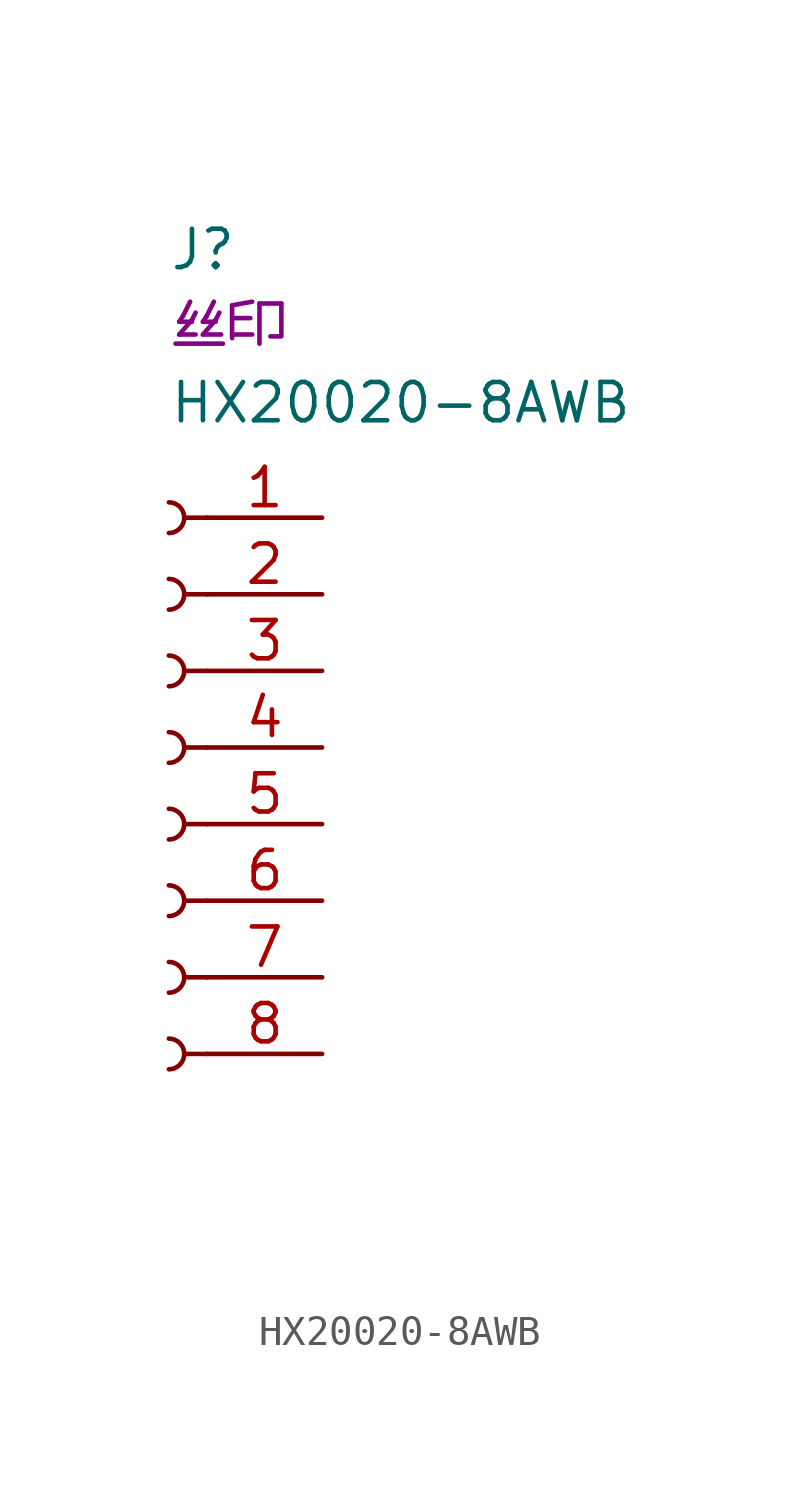
<source format=kicad_sym>
(kicad_symbol_lib
  (version 20220914)
  (generator kicad_symbol_editor)
  (symbol "HX20020-8AWB"
    (pin_names
      (offset 1.016) hide)
    (property "Reference" "J"
      (at 0 16.51 0)
      (effects (font (size 1.27 1.27)) (justify left)))
    (property "Value" "HX20020-8AWB"
      (at 0 11.43 0)
      (effects (font (size 1.27 1.27)) (justify left)))
    (property "丝印" "丝印"
      (at 0 13.97 0)
      (do_not_autoplace)
      (effects (font (size 1.27 1.27)) (justify left)))
    (symbol "HX20020-8AWB_1_1"
      (arc (start 0 -10.668) (mid 0.5058 -10.16) (end 0 -9.652) (stroke (width 0.1524) (type default)) (fill (type none)))
      (arc (start 0 -8.128) (mid 0.5058 -7.62) (end 0 -7.112) (stroke (width 0.1524) (type default)) (fill (type none)))
      (arc (start 0 -5.588) (mid 0.5058 -5.08) (end 0 -4.572) (stroke (width 0.1524) (type default)) (fill (type none)))
      (arc (start 0 -3.048) (mid 0.5058 -2.54) (end 0 -2.032) (stroke (width 0.1524) (type default)) (fill (type none)))
      (arc (start 0 -0.508) (mid 0.5058 0) (end 0 0.508) (stroke (width 0.1524) (type default)) (fill (type none)))
      (polyline (pts (xy 1.27 -10.16) (xy 0.508 -10.16)) (stroke (width 0.152) (type default)) (fill (type none)))
      (polyline (pts (xy 1.27 -7.62) (xy 0.508 -7.62)) (stroke (width 0.152) (type default)) (fill (type none)))
      (polyline (pts (xy 1.27 -5.08) (xy 0.508 -5.08)) (stroke (width 0.152) (type default)) (fill (type none)))
      (polyline (pts (xy 1.27 -2.54) (xy 0.508 -2.54)) (stroke (width 0.152) (type default)) (fill (type none)))
      (polyline (pts (xy 1.27 0) (xy 0.508 0)) (stroke (width 0.152) (type default)) (fill (type none)))
      (polyline (pts (xy 1.27 2.54) (xy 0.508 2.54)) (stroke (width 0.152) (type default)) (fill (type none)))
      (polyline (pts (xy 1.27 5.08) (xy 0.508 5.08)) (stroke (width 0.152) (type default)) (fill (type none)))
      (polyline (pts (xy 1.27 7.62) (xy 0.508 7.62)) (stroke (width 0.152) (type default)) (fill (type none)))
      (arc (start 0 2.032) (mid 0.5058 2.54) (end 0 3.048) (stroke (width 0.1524) (type default)) (fill (type none)))
      (arc (start 0 4.572) (mid 0.5058 5.08) (end 0 5.588) (stroke (width 0.1524) (type default)) (fill (type none)))
      (arc (start 0 7.112) (mid 0.5058 7.62) (end 0 8.128) (stroke (width 0.1524) (type default)) (fill (type none)))
      (pin passive line (at 5.08 7.62 180) (length 3.81) (name "Pin_1" (effects (font (size 1.27 1.27)))) (number "1" (effects (font (size 1.27 1.27)))))
      (pin no_connect line (at 5.08 -15.24 180) (length 3.81) hide (name "S2" (effects (font (size 1.27 1.27)))) (number "10" (effects (font (size 1.27 1.27)))))
      (pin passive line (at 5.08 5.08 180) (length 3.81) (name "Pin_2" (effects (font (size 1.27 1.27)))) (number "2" (effects (font (size 1.27 1.27)))))
      (pin passive line (at 5.08 2.54 180) (length 3.81) (name "Pin_3" (effects (font (size 1.27 1.27)))) (number "3" (effects (font (size 1.27 1.27)))))
      (pin passive line (at 5.08 0 180) (length 3.81) (name "Pin_4" (effects (font (size 1.27 1.27)))) (number "4" (effects (font (size 1.27 1.27)))))
      (pin passive line (at 5.08 -2.54 180) (length 3.81) (name "Pin_5" (effects (font (size 1.27 1.27)))) (number "5" (effects (font (size 1.27 1.27)))))
      (pin passive line (at 5.08 -5.08 180) (length 3.81) (name "Pin_6" (effects (font (size 1.27 1.27)))) (number "6" (effects (font (size 1.27 1.27)))))
      (pin passive line (at 5.08 -7.62 180) (length 3.81) (name "Pin_7" (effects (font (size 1.27 1.27)))) (number "7" (effects (font (size 1.27 1.27)))))
      (pin passive line (at 5.08 -10.16 180) (length 3.81) (name "Pin_8" (effects (font (size 1.27 1.27)))) (number "8" (effects (font (size 1.27 1.27)))))
      (pin no_connect line (at 5.08 -12.7 180) (length 3.81) hide (name "S1" (effects (font (size 1.27 1.27)))) (number "9" (effects (font (size 1.27 1.27))))))))
</source>
